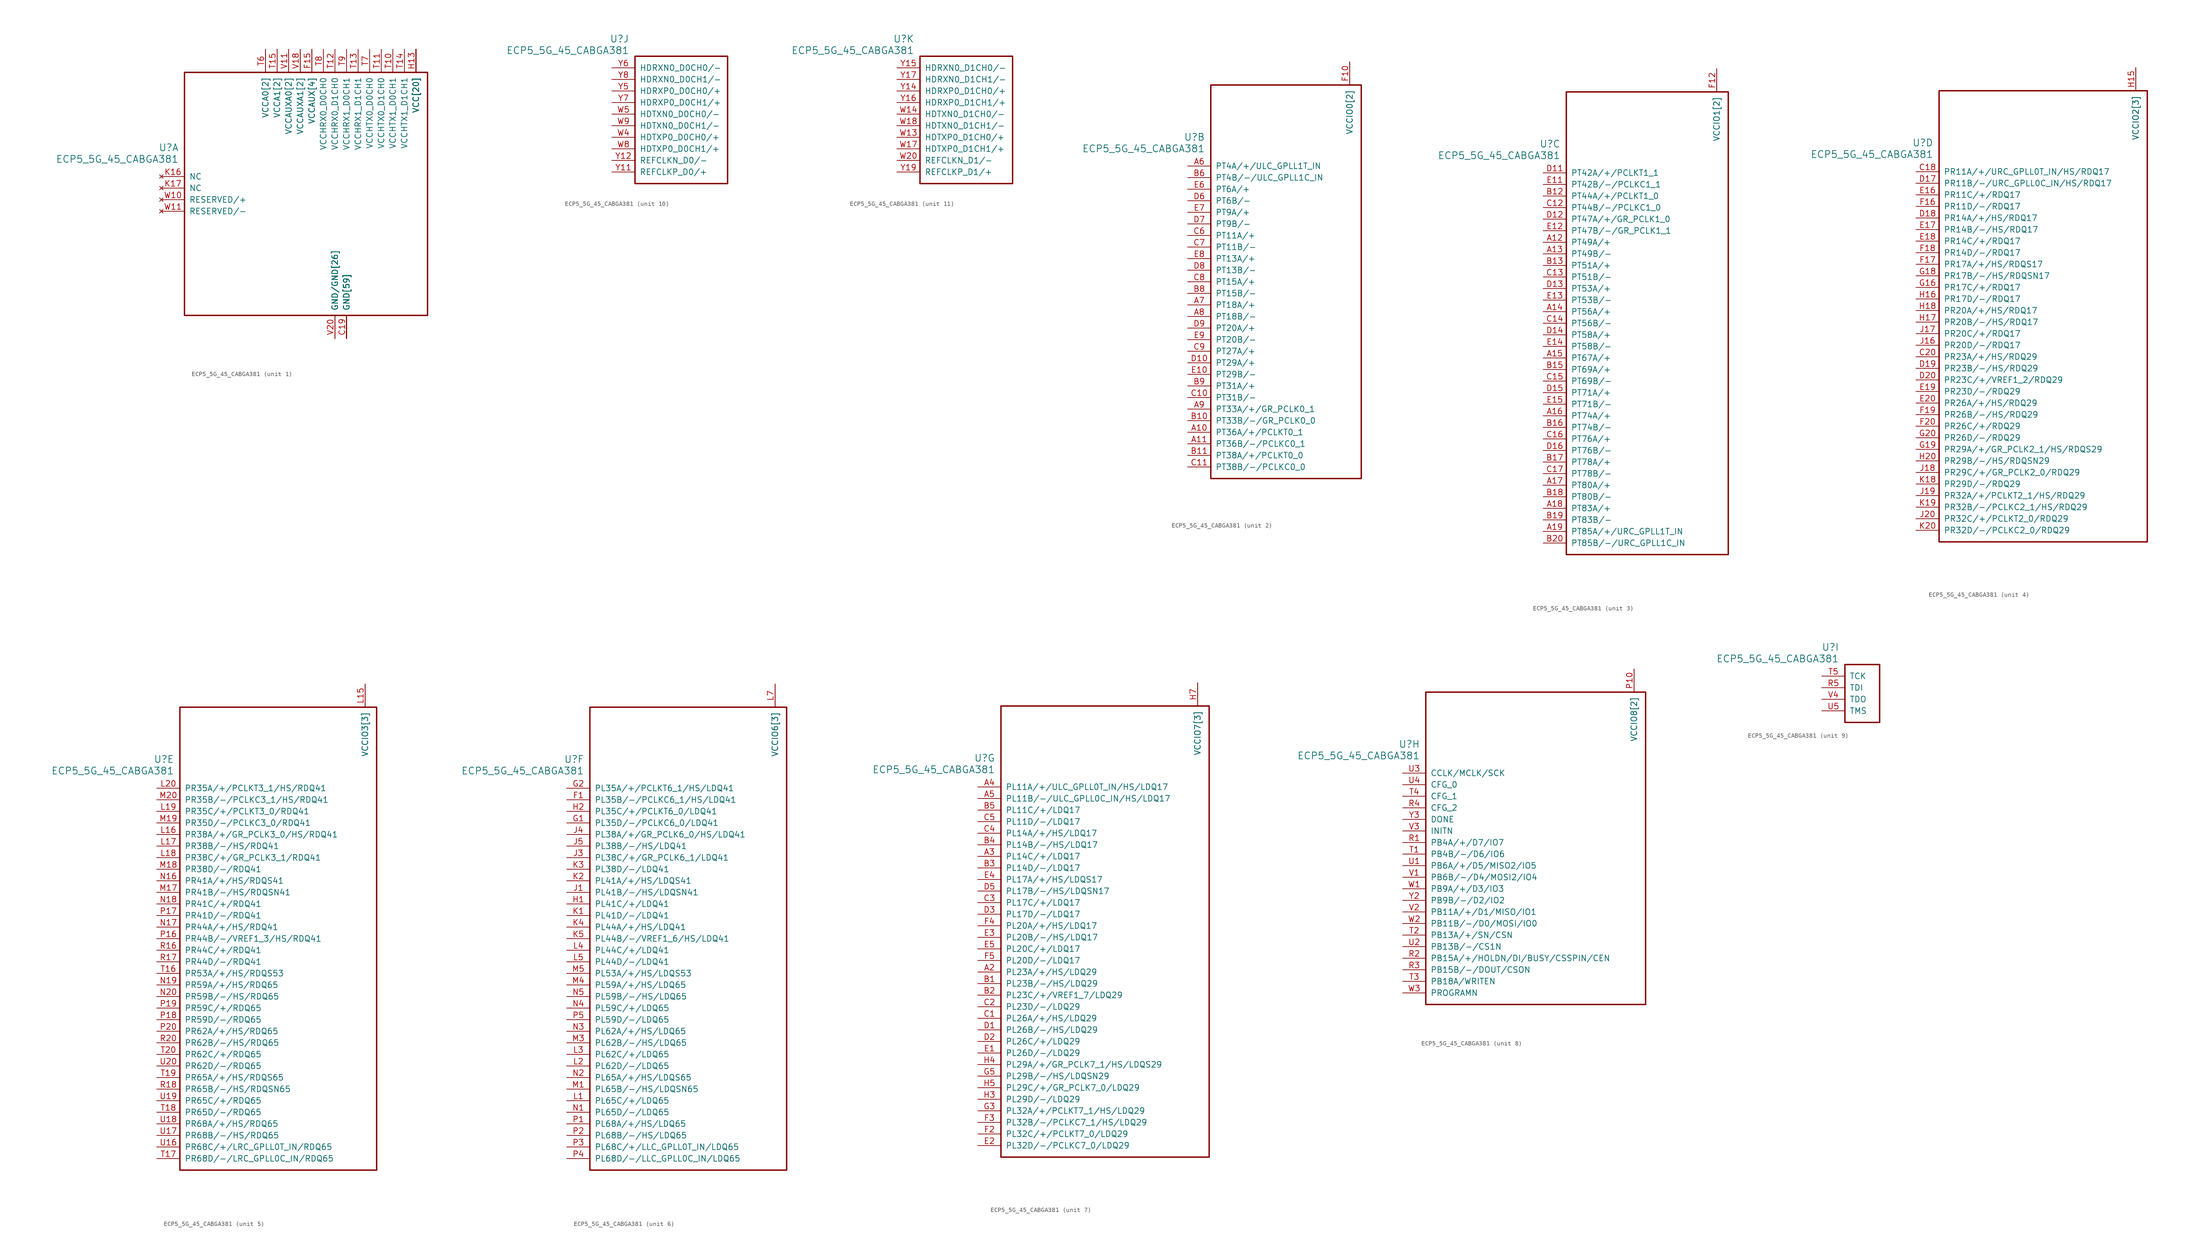
<source format=kicad_sym>
(kicad_symbol_lib
  (version 20211014)
  (generator kicad_symbol_editor)
  (symbol "ECP5_5G_45_CABGA381"
    (pin_names
      (offset 1.016))
    (property "Reference" "U"
      (at 3.81 6.35 0)
      (effects (font (size 1.524 1.524)) (justify right)))
    (property "Value" "ECP5_5G_45_CABGA381"
      (at 3.81 3.81 0)
      (effects (font (size 1.524 1.524)) (justify right)))
    (property "ki_locked" ""
      (at 0 0 0)
      (effects (font (size 1.27 1.27))))
    (symbol "ECP5_5G_45_CABGA381_1_1"
      (rectangle (start 5.08 22.86) (end 58.42 -30.48) (stroke (width 0.305) (type default) (color 0 0 0 0)) (fill (type none)))
      (pin power_in line (at 40.64 -35.56 90) (length 5.08) (name "GND[59]" (effects (font (size 1.27 1.27)))) (number "B14" (effects (font (size 0 0)))))
      (pin power_in line (at 40.64 -35.56 90) (length 5.08) (name "GND[59]" (effects (font (size 1.27 1.27)))) (number "B7" (effects (font (size 0 0)))))
      (pin power_in line (at 40.64 -35.56 90) (length 5.08) (name "GND[59]" (effects (font (size 1.27 1.27)))) (number "C19" (effects (font (size 1.27 1.27)))))
      (pin power_in line (at 40.64 -35.56 90) (length 5.08) (name "GND[59]" (effects (font (size 1.27 1.27)))) (number "D4" (effects (font (size 0 0)))))
      (pin power_in line (at 40.64 -35.56 90) (length 5.08) (name "GND[59]" (effects (font (size 1.27 1.27)))) (number "F13" (effects (font (size 0 0)))))
      (pin power_in line (at 40.64 -35.56 90) (length 5.08) (name "GND[59]" (effects (font (size 1.27 1.27)))) (number "F14" (effects (font (size 0 0)))))
      (pin power_in line (at 33.02 27.94 270) (length 5.08) (name "VCCAUX[4]" (effects (font (size 1.27 1.27)))) (number "F15" (effects (font (size 1.27 1.27)))))
      (pin power_in line (at 33.02 27.94 270) (length 5.08) (name "VCCAUX[4]" (effects (font (size 1.27 1.27)))) (number "F6" (effects (font (size 0 0)))))
      (pin power_in line (at 40.64 -35.56 90) (length 5.08) (name "GND[59]" (effects (font (size 1.27 1.27)))) (number "F7" (effects (font (size 0 0)))))
      (pin power_in line (at 40.64 -35.56 90) (length 5.08) (name "GND[59]" (effects (font (size 1.27 1.27)))) (number "F8" (effects (font (size 0 0)))))
      (pin power_in line (at 40.64 -35.56 90) (length 5.08) (name "GND[59]" (effects (font (size 1.27 1.27)))) (number "G10" (effects (font (size 0 0)))))
      (pin power_in line (at 40.64 -35.56 90) (length 5.08) (name "GND[59]" (effects (font (size 1.27 1.27)))) (number "G11" (effects (font (size 0 0)))))
      (pin power_in line (at 40.64 -35.56 90) (length 5.08) (name "GND[59]" (effects (font (size 1.27 1.27)))) (number "G12" (effects (font (size 0 0)))))
      (pin power_in line (at 40.64 -35.56 90) (length 5.08) (name "GND[59]" (effects (font (size 1.27 1.27)))) (number "G13" (effects (font (size 0 0)))))
      (pin power_in line (at 40.64 -35.56 90) (length 5.08) (name "GND[59]" (effects (font (size 1.27 1.27)))) (number "G14" (effects (font (size 0 0)))))
      (pin power_in line (at 40.64 -35.56 90) (length 5.08) (name "GND[59]" (effects (font (size 1.27 1.27)))) (number "G15" (effects (font (size 0 0)))))
      (pin power_in line (at 40.64 -35.56 90) (length 5.08) (name "GND[59]" (effects (font (size 1.27 1.27)))) (number "G17" (effects (font (size 0 0)))))
      (pin power_in line (at 40.64 -35.56 90) (length 5.08) (name "GND[59]" (effects (font (size 1.27 1.27)))) (number "G4" (effects (font (size 0 0)))))
      (pin power_in line (at 40.64 -35.56 90) (length 5.08) (name "GND[59]" (effects (font (size 1.27 1.27)))) (number "G6" (effects (font (size 0 0)))))
      (pin power_in line (at 40.64 -35.56 90) (length 5.08) (name "GND[59]" (effects (font (size 1.27 1.27)))) (number "G7" (effects (font (size 0 0)))))
      (pin power_in line (at 40.64 -35.56 90) (length 5.08) (name "GND[59]" (effects (font (size 1.27 1.27)))) (number "G8" (effects (font (size 0 0)))))
      (pin power_in line (at 40.64 -35.56 90) (length 5.08) (name "GND[59]" (effects (font (size 1.27 1.27)))) (number "G9" (effects (font (size 0 0)))))
      (pin power_in line (at 55.88 27.94 270) (length 5.08) (name "VCC[20]" (effects (font (size 1.27 1.27)))) (number "H10" (effects (font (size 0 0)))))
      (pin power_in line (at 55.88 27.94 270) (length 5.08) (name "VCC[20]" (effects (font (size 1.27 1.27)))) (number "H11" (effects (font (size 0 0)))))
      (pin power_in line (at 55.88 27.94 270) (length 5.08) (name "VCC[20]" (effects (font (size 1.27 1.27)))) (number "H12" (effects (font (size 0 0)))))
      (pin power_in line (at 55.88 27.94 270) (length 5.08) (name "VCC[20]" (effects (font (size 1.27 1.27)))) (number "H13" (effects (font (size 1.27 1.27)))))
      (pin power_in line (at 40.64 -35.56 90) (length 5.08) (name "GND[59]" (effects (font (size 1.27 1.27)))) (number "H19" (effects (font (size 0 0)))))
      (pin power_in line (at 55.88 27.94 270) (length 5.08) (name "VCC[20]" (effects (font (size 1.27 1.27)))) (number "H8" (effects (font (size 0 0)))))
      (pin power_in line (at 55.88 27.94 270) (length 5.08) (name "VCC[20]" (effects (font (size 1.27 1.27)))) (number "H9" (effects (font (size 0 0)))))
      (pin power_in line (at 40.64 -35.56 90) (length 5.08) (name "GND[59]" (effects (font (size 1.27 1.27)))) (number "J10" (effects (font (size 0 0)))))
      (pin power_in line (at 40.64 -35.56 90) (length 5.08) (name "GND[59]" (effects (font (size 1.27 1.27)))) (number "J11" (effects (font (size 0 0)))))
      (pin power_in line (at 40.64 -35.56 90) (length 5.08) (name "GND[59]" (effects (font (size 1.27 1.27)))) (number "J12" (effects (font (size 0 0)))))
      (pin power_in line (at 55.88 27.94 270) (length 5.08) (name "VCC[20]" (effects (font (size 1.27 1.27)))) (number "J13" (effects (font (size 0 0)))))
      (pin power_in line (at 40.64 -35.56 90) (length 5.08) (name "GND[59]" (effects (font (size 1.27 1.27)))) (number "J14" (effects (font (size 0 0)))))
      (pin power_in line (at 40.64 -35.56 90) (length 5.08) (name "GND[59]" (effects (font (size 1.27 1.27)))) (number "J2" (effects (font (size 0 0)))))
      (pin power_in line (at 40.64 -35.56 90) (length 5.08) (name "GND[59]" (effects (font (size 1.27 1.27)))) (number "J7" (effects (font (size 0 0)))))
      (pin power_in line (at 55.88 27.94 270) (length 5.08) (name "VCC[20]" (effects (font (size 1.27 1.27)))) (number "J8" (effects (font (size 0 0)))))
      (pin power_in line (at 40.64 -35.56 90) (length 5.08) (name "GND[59]" (effects (font (size 1.27 1.27)))) (number "J9" (effects (font (size 0 0)))))
      (pin power_in line (at 40.64 -35.56 90) (length 5.08) (name "GND[59]" (effects (font (size 1.27 1.27)))) (number "K10" (effects (font (size 0 0)))))
      (pin power_in line (at 40.64 -35.56 90) (length 5.08) (name "GND[59]" (effects (font (size 1.27 1.27)))) (number "K11" (effects (font (size 0 0)))))
      (pin power_in line (at 40.64 -35.56 90) (length 5.08) (name "GND[59]" (effects (font (size 1.27 1.27)))) (number "K12" (effects (font (size 0 0)))))
      (pin power_in line (at 55.88 27.94 270) (length 5.08) (name "VCC[20]" (effects (font (size 1.27 1.27)))) (number "K13" (effects (font (size 0 0)))))
      (pin power_in line (at 40.64 -35.56 90) (length 5.08) (name "GND[59]" (effects (font (size 1.27 1.27)))) (number "K14" (effects (font (size 0 0)))))
      (pin power_in line (at 40.64 -35.56 90) (length 5.08) (name "GND[59]" (effects (font (size 1.27 1.27)))) (number "K15" (effects (font (size 0 0)))))
      (pin no_connect line (at 0 0 0) (length 5.08) (name "NC" (effects (font (size 1.27 1.27)))) (number "K16" (effects (font (size 1.27 1.27)))))
      (pin no_connect line (at 0 -2.54 0) (length 5.08) (name "NC" (effects (font (size 1.27 1.27)))) (number "K17" (effects (font (size 1.27 1.27)))))
      (pin power_in line (at 40.64 -35.56 90) (length 5.08) (name "GND[59]" (effects (font (size 1.27 1.27)))) (number "K6" (effects (font (size 0 0)))))
      (pin power_in line (at 40.64 -35.56 90) (length 5.08) (name "GND[59]" (effects (font (size 1.27 1.27)))) (number "K7" (effects (font (size 0 0)))))
      (pin power_in line (at 55.88 27.94 270) (length 5.08) (name "VCC[20]" (effects (font (size 1.27 1.27)))) (number "K8" (effects (font (size 0 0)))))
      (pin power_in line (at 40.64 -35.56 90) (length 5.08) (name "GND[59]" (effects (font (size 1.27 1.27)))) (number "K9" (effects (font (size 0 0)))))
      (pin power_in line (at 40.64 -35.56 90) (length 5.08) (name "GND[59]" (effects (font (size 1.27 1.27)))) (number "L10" (effects (font (size 0 0)))))
      (pin power_in line (at 40.64 -35.56 90) (length 5.08) (name "GND[59]" (effects (font (size 1.27 1.27)))) (number "L11" (effects (font (size 0 0)))))
      (pin power_in line (at 40.64 -35.56 90) (length 5.08) (name "GND[59]" (effects (font (size 1.27 1.27)))) (number "L12" (effects (font (size 0 0)))))
      (pin power_in line (at 55.88 27.94 270) (length 5.08) (name "VCC[20]" (effects (font (size 1.27 1.27)))) (number "L13" (effects (font (size 0 0)))))
      (pin power_in line (at 55.88 27.94 270) (length 5.08) (name "VCC[20]" (effects (font (size 1.27 1.27)))) (number "L8" (effects (font (size 0 0)))))
      (pin power_in line (at 40.64 -35.56 90) (length 5.08) (name "GND[59]" (effects (font (size 1.27 1.27)))) (number "L9" (effects (font (size 0 0)))))
      (pin power_in line (at 40.64 -35.56 90) (length 5.08) (name "GND[59]" (effects (font (size 1.27 1.27)))) (number "M10" (effects (font (size 0 0)))))
      (pin power_in line (at 40.64 -35.56 90) (length 5.08) (name "GND[59]" (effects (font (size 1.27 1.27)))) (number "M11" (effects (font (size 0 0)))))
      (pin power_in line (at 40.64 -35.56 90) (length 5.08) (name "GND[59]" (effects (font (size 1.27 1.27)))) (number "M12" (effects (font (size 0 0)))))
      (pin power_in line (at 55.88 27.94 270) (length 5.08) (name "VCC[20]" (effects (font (size 1.27 1.27)))) (number "M13" (effects (font (size 0 0)))))
      (pin power_in line (at 40.64 -35.56 90) (length 5.08) (name "GND[59]" (effects (font (size 1.27 1.27)))) (number "M14" (effects (font (size 0 0)))))
      (pin power_in line (at 40.64 -35.56 90) (length 5.08) (name "GND[59]" (effects (font (size 1.27 1.27)))) (number "M16" (effects (font (size 0 0)))))
      (pin power_in line (at 40.64 -35.56 90) (length 5.08) (name "GND[59]" (effects (font (size 1.27 1.27)))) (number "M2" (effects (font (size 0 0)))))
      (pin power_in line (at 40.64 -35.56 90) (length 5.08) (name "GND[59]" (effects (font (size 1.27 1.27)))) (number "M7" (effects (font (size 0 0)))))
      (pin power_in line (at 55.88 27.94 270) (length 5.08) (name "VCC[20]" (effects (font (size 1.27 1.27)))) (number "M8" (effects (font (size 0 0)))))
      (pin power_in line (at 40.64 -35.56 90) (length 5.08) (name "GND[59]" (effects (font (size 1.27 1.27)))) (number "M9" (effects (font (size 0 0)))))
      (pin power_in line (at 55.88 27.94 270) (length 5.08) (name "VCC[20]" (effects (font (size 1.27 1.27)))) (number "N10" (effects (font (size 0 0)))))
      (pin power_in line (at 55.88 27.94 270) (length 5.08) (name "VCC[20]" (effects (font (size 1.27 1.27)))) (number "N11" (effects (font (size 0 0)))))
      (pin power_in line (at 55.88 27.94 270) (length 5.08) (name "VCC[20]" (effects (font (size 1.27 1.27)))) (number "N12" (effects (font (size 0 0)))))
      (pin power_in line (at 55.88 27.94 270) (length 5.08) (name "VCC[20]" (effects (font (size 1.27 1.27)))) (number "N13" (effects (font (size 0 0)))))
      (pin power_in line (at 40.64 -35.56 90) (length 5.08) (name "GND[59]" (effects (font (size 1.27 1.27)))) (number "N14" (effects (font (size 0 0)))))
      (pin power_in line (at 40.64 -35.56 90) (length 5.08) (name "GND[59]" (effects (font (size 1.27 1.27)))) (number "N15" (effects (font (size 0 0)))))
      (pin power_in line (at 40.64 -35.56 90) (length 5.08) (name "GND[59]" (effects (font (size 1.27 1.27)))) (number "N6" (effects (font (size 0 0)))))
      (pin power_in line (at 40.64 -35.56 90) (length 5.08) (name "GND[59]" (effects (font (size 1.27 1.27)))) (number "N7" (effects (font (size 0 0)))))
      (pin power_in line (at 55.88 27.94 270) (length 5.08) (name "VCC[20]" (effects (font (size 1.27 1.27)))) (number "N8" (effects (font (size 0 0)))))
      (pin power_in line (at 55.88 27.94 270) (length 5.08) (name "VCC[20]" (effects (font (size 1.27 1.27)))) (number "N9" (effects (font (size 0 0)))))
      (pin power_in line (at 40.64 -35.56 90) (length 5.08) (name "GND[59]" (effects (font (size 1.27 1.27)))) (number "P11" (effects (font (size 0 0)))))
      (pin power_in line (at 40.64 -35.56 90) (length 5.08) (name "GND[59]" (effects (font (size 1.27 1.27)))) (number "P12" (effects (font (size 0 0)))))
      (pin power_in line (at 40.64 -35.56 90) (length 5.08) (name "GND[59]" (effects (font (size 1.27 1.27)))) (number "P13" (effects (font (size 0 0)))))
      (pin power_in line (at 40.64 -35.56 90) (length 5.08) (name "GND[59]" (effects (font (size 1.27 1.27)))) (number "P14" (effects (font (size 0 0)))))
      (pin power_in line (at 33.02 27.94 270) (length 5.08) (name "VCCAUX[4]" (effects (font (size 1.27 1.27)))) (number "P15" (effects (font (size 0 0)))))
      (pin power_in line (at 33.02 27.94 270) (length 5.08) (name "VCCAUX[4]" (effects (font (size 1.27 1.27)))) (number "P6" (effects (font (size 0 0)))))
      (pin power_in line (at 40.64 -35.56 90) (length 5.08) (name "GND[59]" (effects (font (size 1.27 1.27)))) (number "P7" (effects (font (size 0 0)))))
      (pin power_in line (at 40.64 -35.56 90) (length 5.08) (name "GND[59]" (effects (font (size 1.27 1.27)))) (number "P8" (effects (font (size 0 0)))))
      (pin power_in line (at 40.64 -35.56 90) (length 5.08) (name "GND[59]" (effects (font (size 1.27 1.27)))) (number "R19" (effects (font (size 0 0)))))
      (pin power_in line (at 50.8 27.94 270) (length 5.08) (name "VCCHTX1_D0CH1" (effects (font (size 1.27 1.27)))) (number "T10" (effects (font (size 1.27 1.27)))))
      (pin power_in line (at 48.26 27.94 270) (length 5.08) (name "VCCHTX0_D1CH0" (effects (font (size 1.27 1.27)))) (number "T11" (effects (font (size 1.27 1.27)))))
      (pin power_in line (at 38.1 27.94 270) (length 5.08) (name "VCCHRX0_D1CH0" (effects (font (size 1.27 1.27)))) (number "T12" (effects (font (size 1.27 1.27)))))
      (pin power_in line (at 43.18 27.94 270) (length 5.08) (name "VCCHRX1_D1CH1" (effects (font (size 1.27 1.27)))) (number "T13" (effects (font (size 1.27 1.27)))))
      (pin power_in line (at 53.34 27.94 270) (length 5.08) (name "VCCHTX1_D1CH1" (effects (font (size 1.27 1.27)))) (number "T14" (effects (font (size 1.27 1.27)))))
      (pin power_in line (at 25.4 27.94 270) (length 5.08) (name "VCCA1[2]" (effects (font (size 1.27 1.27)))) (number "T15" (effects (font (size 1.27 1.27)))))
      (pin power_in line (at 22.86 27.94 270) (length 5.08) (name "VCCA0[2]" (effects (font (size 1.27 1.27)))) (number "T6" (effects (font (size 1.27 1.27)))))
      (pin power_in line (at 45.72 27.94 270) (length 5.08) (name "VCCHTX0_D0CH0" (effects (font (size 1.27 1.27)))) (number "T7" (effects (font (size 1.27 1.27)))))
      (pin power_in line (at 35.56 27.94 270) (length 5.08) (name "VCCHRX0_D0CH0" (effects (font (size 1.27 1.27)))) (number "T8" (effects (font (size 1.27 1.27)))))
      (pin power_in line (at 40.64 27.94 270) (length 5.08) (name "VCCHRX1_D0CH1" (effects (font (size 1.27 1.27)))) (number "T9" (effects (font (size 1.27 1.27)))))
      (pin power_in line (at 38.1 -35.56 90) (length 5.08) (name "GND/GND[26]" (effects (font (size 1.27 1.27)))) (number "U10" (effects (font (size 0 0)))))
      (pin power_in line (at 38.1 -35.56 90) (length 5.08) (name "GND/GND[26]" (effects (font (size 1.27 1.27)))) (number "U11" (effects (font (size 0 0)))))
      (pin power_in line (at 38.1 -35.56 90) (length 5.08) (name "GND/GND[26]" (effects (font (size 1.27 1.27)))) (number "U12" (effects (font (size 0 0)))))
      (pin power_in line (at 38.1 -35.56 90) (length 5.08) (name "GND/GND[26]" (effects (font (size 1.27 1.27)))) (number "U13" (effects (font (size 0 0)))))
      (pin power_in line (at 38.1 -35.56 90) (length 5.08) (name "GND/GND[26]" (effects (font (size 1.27 1.27)))) (number "U14" (effects (font (size 0 0)))))
      (pin power_in line (at 25.4 27.94 270) (length 5.08) (name "VCCA1[2]" (effects (font (size 1.27 1.27)))) (number "U15" (effects (font (size 0 0)))))
      (pin power_in line (at 22.86 27.94 270) (length 5.08) (name "VCCA0[2]" (effects (font (size 1.27 1.27)))) (number "U6" (effects (font (size 0 0)))))
      (pin power_in line (at 38.1 -35.56 90) (length 5.08) (name "GND/GND[26]" (effects (font (size 1.27 1.27)))) (number "U7" (effects (font (size 0 0)))))
      (pin power_in line (at 38.1 -35.56 90) (length 5.08) (name "GND/GND[26]" (effects (font (size 1.27 1.27)))) (number "U8" (effects (font (size 0 0)))))
      (pin power_in line (at 38.1 -35.56 90) (length 5.08) (name "GND/GND[26]" (effects (font (size 1.27 1.27)))) (number "U9" (effects (font (size 0 0)))))
      (pin power_in line (at 27.94 27.94 270) (length 5.08) (name "VCCAUXA0[2]" (effects (font (size 1.27 1.27)))) (number "V10" (effects (font (size 0 0)))))
      (pin power_in line (at 27.94 27.94 270) (length 5.08) (name "VCCAUXA0[2]" (effects (font (size 1.27 1.27)))) (number "V11" (effects (font (size 1.27 1.27)))))
      (pin power_in line (at 38.1 -35.56 90) (length 5.08) (name "GND/GND[26]" (effects (font (size 1.27 1.27)))) (number "V12" (effects (font (size 0 0)))))
      (pin power_in line (at 38.1 -35.56 90) (length 5.08) (name "GND/GND[26]" (effects (font (size 1.27 1.27)))) (number "V13" (effects (font (size 0 0)))))
      (pin power_in line (at 38.1 -35.56 90) (length 5.08) (name "GND/GND[26]" (effects (font (size 1.27 1.27)))) (number "V14" (effects (font (size 0 0)))))
      (pin power_in line (at 38.1 -35.56 90) (length 5.08) (name "GND/GND[26]" (effects (font (size 1.27 1.27)))) (number "V15" (effects (font (size 0 0)))))
      (pin power_in line (at 38.1 -35.56 90) (length 5.08) (name "GND/GND[26]" (effects (font (size 1.27 1.27)))) (number "V16" (effects (font (size 0 0)))))
      (pin power_in line (at 30.48 27.94 270) (length 5.08) (name "VCCAUXA1[2]" (effects (font (size 1.27 1.27)))) (number "V17" (effects (font (size 0 0)))))
      (pin power_in line (at 30.48 27.94 270) (length 5.08) (name "VCCAUXA1[2]" (effects (font (size 1.27 1.27)))) (number "V18" (effects (font (size 1.27 1.27)))))
      (pin power_in line (at 38.1 -35.56 90) (length 5.08) (name "GND/GND[26]" (effects (font (size 1.27 1.27)))) (number "V19" (effects (font (size 0 0)))))
      (pin power_in line (at 38.1 -35.56 90) (length 5.08) (name "GND/GND[26]" (effects (font (size 1.27 1.27)))) (number "V20" (effects (font (size 1.27 1.27)))))
      (pin power_in line (at 38.1 -35.56 90) (length 5.08) (name "GND/GND[26]" (effects (font (size 1.27 1.27)))) (number "V5" (effects (font (size 0 0)))))
      (pin power_in line (at 38.1 -35.56 90) (length 5.08) (name "GND/GND[26]" (effects (font (size 1.27 1.27)))) (number "V6" (effects (font (size 0 0)))))
      (pin power_in line (at 38.1 -35.56 90) (length 5.08) (name "GND/GND[26]" (effects (font (size 1.27 1.27)))) (number "V7" (effects (font (size 0 0)))))
      (pin power_in line (at 38.1 -35.56 90) (length 5.08) (name "GND/GND[26]" (effects (font (size 1.27 1.27)))) (number "V8" (effects (font (size 0 0)))))
      (pin power_in line (at 38.1 -35.56 90) (length 5.08) (name "GND/GND[26]" (effects (font (size 1.27 1.27)))) (number "V9" (effects (font (size 0 0)))))
      (pin no_connect line (at 0 -5.08 0) (length 5.08) (name "RESERVED/+" (effects (font (size 1.27 1.27)))) (number "W10" (effects (font (size 1.27 1.27)))))
      (pin no_connect line (at 0 -7.62 0) (length 5.08) (name "RESERVED/-" (effects (font (size 1.27 1.27)))) (number "W11" (effects (font (size 1.27 1.27)))))
      (pin power_in line (at 38.1 -35.56 90) (length 5.08) (name "GND/GND[26]" (effects (font (size 1.27 1.27)))) (number "W12" (effects (font (size 0 0)))))
      (pin power_in line (at 38.1 -35.56 90) (length 5.08) (name "GND/GND[26]" (effects (font (size 1.27 1.27)))) (number "W15" (effects (font (size 0 0)))))
      (pin power_in line (at 38.1 -35.56 90) (length 5.08) (name "GND/GND[26]" (effects (font (size 1.27 1.27)))) (number "W16" (effects (font (size 0 0)))))
      (pin power_in line (at 38.1 -35.56 90) (length 5.08) (name "GND/GND[26]" (effects (font (size 1.27 1.27)))) (number "W19" (effects (font (size 0 0)))))
      (pin power_in line (at 38.1 -35.56 90) (length 5.08) (name "GND/GND[26]" (effects (font (size 1.27 1.27)))) (number "W6" (effects (font (size 0 0)))))
      (pin power_in line (at 38.1 -35.56 90) (length 5.08) (name "GND/GND[26]" (effects (font (size 1.27 1.27)))) (number "W7" (effects (font (size 0 0))))))
    (symbol "ECP5_5G_45_CABGA381_2_1"
      (rectangle (start 5.08 17.78) (end 38.1 -68.58) (stroke (width 0.305) (type default) (color 0 0 0 0)) (fill (type none)))
      (pin bidirectional line (at 0 -58.42 0) (length 5.08) (name "PT36A/+/PCLKT0_1" (effects (font (size 1.27 1.27)))) (number "A10" (effects (font (size 1.27 1.27)))))
      (pin bidirectional line (at 0 -60.96 0) (length 5.08) (name "PT36B/-/PCLKC0_1" (effects (font (size 1.27 1.27)))) (number "A11" (effects (font (size 1.27 1.27)))))
      (pin bidirectional line (at 0 0 0) (length 5.08) (name "PT4A/+/ULC_GPLL1T_IN" (effects (font (size 1.27 1.27)))) (number "A6" (effects (font (size 1.27 1.27)))))
      (pin bidirectional line (at 0 -30.48 0) (length 5.08) (name "PT18A/+" (effects (font (size 1.27 1.27)))) (number "A7" (effects (font (size 1.27 1.27)))))
      (pin bidirectional line (at 0 -33.02 0) (length 5.08) (name "PT18B/-" (effects (font (size 1.27 1.27)))) (number "A8" (effects (font (size 1.27 1.27)))))
      (pin bidirectional line (at 0 -53.34 0) (length 5.08) (name "PT33A/+/GR_PCLK0_1" (effects (font (size 1.27 1.27)))) (number "A9" (effects (font (size 1.27 1.27)))))
      (pin bidirectional line (at 0 -55.88 0) (length 5.08) (name "PT33B/-/GR_PCLK0_0" (effects (font (size 1.27 1.27)))) (number "B10" (effects (font (size 1.27 1.27)))))
      (pin bidirectional line (at 0 -63.5 0) (length 5.08) (name "PT38A/+/PCLKT0_0" (effects (font (size 1.27 1.27)))) (number "B11" (effects (font (size 1.27 1.27)))))
      (pin bidirectional line (at 0 -2.54 0) (length 5.08) (name "PT4B/-/ULC_GPLL1C_IN" (effects (font (size 1.27 1.27)))) (number "B6" (effects (font (size 1.27 1.27)))))
      (pin bidirectional line (at 0 -27.94 0) (length 5.08) (name "PT15B/-" (effects (font (size 1.27 1.27)))) (number "B8" (effects (font (size 1.27 1.27)))))
      (pin bidirectional line (at 0 -48.26 0) (length 5.08) (name "PT31A/+" (effects (font (size 1.27 1.27)))) (number "B9" (effects (font (size 1.27 1.27)))))
      (pin bidirectional line (at 0 -50.8 0) (length 5.08) (name "PT31B/-" (effects (font (size 1.27 1.27)))) (number "C10" (effects (font (size 1.27 1.27)))))
      (pin bidirectional line (at 0 -66.04 0) (length 5.08) (name "PT38B/-/PCLKC0_0" (effects (font (size 1.27 1.27)))) (number "C11" (effects (font (size 1.27 1.27)))))
      (pin bidirectional line (at 0 -15.24 0) (length 5.08) (name "PT11A/+" (effects (font (size 1.27 1.27)))) (number "C6" (effects (font (size 1.27 1.27)))))
      (pin bidirectional line (at 0 -17.78 0) (length 5.08) (name "PT11B/-" (effects (font (size 1.27 1.27)))) (number "C7" (effects (font (size 1.27 1.27)))))
      (pin bidirectional line (at 0 -25.4 0) (length 5.08) (name "PT15A/+" (effects (font (size 1.27 1.27)))) (number "C8" (effects (font (size 1.27 1.27)))))
      (pin bidirectional line (at 0 -40.64 0) (length 5.08) (name "PT27A/+" (effects (font (size 1.27 1.27)))) (number "C9" (effects (font (size 1.27 1.27)))))
      (pin bidirectional line (at 0 -43.18 0) (length 5.08) (name "PT29A/+" (effects (font (size 1.27 1.27)))) (number "D10" (effects (font (size 1.27 1.27)))))
      (pin bidirectional line (at 0 -7.62 0) (length 5.08) (name "PT6B/-" (effects (font (size 1.27 1.27)))) (number "D6" (effects (font (size 1.27 1.27)))))
      (pin bidirectional line (at 0 -12.7 0) (length 5.08) (name "PT9B/-" (effects (font (size 1.27 1.27)))) (number "D7" (effects (font (size 1.27 1.27)))))
      (pin bidirectional line (at 0 -22.86 0) (length 5.08) (name "PT13B/-" (effects (font (size 1.27 1.27)))) (number "D8" (effects (font (size 1.27 1.27)))))
      (pin bidirectional line (at 0 -35.56 0) (length 5.08) (name "PT20A/+" (effects (font (size 1.27 1.27)))) (number "D9" (effects (font (size 1.27 1.27)))))
      (pin bidirectional line (at 0 -45.72 0) (length 5.08) (name "PT29B/-" (effects (font (size 1.27 1.27)))) (number "E10" (effects (font (size 1.27 1.27)))))
      (pin bidirectional line (at 0 -5.08 0) (length 5.08) (name "PT6A/+" (effects (font (size 1.27 1.27)))) (number "E6" (effects (font (size 1.27 1.27)))))
      (pin bidirectional line (at 0 -10.16 0) (length 5.08) (name "PT9A/+" (effects (font (size 1.27 1.27)))) (number "E7" (effects (font (size 1.27 1.27)))))
      (pin bidirectional line (at 0 -20.32 0) (length 5.08) (name "PT13A/+" (effects (font (size 1.27 1.27)))) (number "E8" (effects (font (size 1.27 1.27)))))
      (pin bidirectional line (at 0 -38.1 0) (length 5.08) (name "PT20B/-" (effects (font (size 1.27 1.27)))) (number "E9" (effects (font (size 1.27 1.27)))))
      (pin power_in line (at 35.56 22.86 270) (length 5.08) (name "VCCIO0[2]" (effects (font (size 1.27 1.27)))) (number "F10" (effects (font (size 1.27 1.27)))))
      (pin power_in line (at 35.56 22.86 270) (length 5.08) (name "VCCIO0[2]" (effects (font (size 1.27 1.27)))) (number "F9" (effects (font (size 0 0))))))
    (symbol "ECP5_5G_45_CABGA381_3_1"
      (rectangle (start 5.08 17.78) (end 40.64 -83.82) (stroke (width 0.305) (type default) (color 0 0 0 0)) (fill (type none)))
      (pin bidirectional line (at 0 -15.24 0) (length 5.08) (name "PT49A/+" (effects (font (size 1.27 1.27)))) (number "A12" (effects (font (size 1.27 1.27)))))
      (pin bidirectional line (at 0 -17.78 0) (length 5.08) (name "PT49B/-" (effects (font (size 1.27 1.27)))) (number "A13" (effects (font (size 1.27 1.27)))))
      (pin bidirectional line (at 0 -30.48 0) (length 5.08) (name "PT56A/+" (effects (font (size 1.27 1.27)))) (number "A14" (effects (font (size 1.27 1.27)))))
      (pin bidirectional line (at 0 -40.64 0) (length 5.08) (name "PT67A/+" (effects (font (size 1.27 1.27)))) (number "A15" (effects (font (size 1.27 1.27)))))
      (pin bidirectional line (at 0 -53.34 0) (length 5.08) (name "PT74A/+" (effects (font (size 1.27 1.27)))) (number "A16" (effects (font (size 1.27 1.27)))))
      (pin bidirectional line (at 0 -68.58 0) (length 5.08) (name "PT80A/+" (effects (font (size 1.27 1.27)))) (number "A17" (effects (font (size 1.27 1.27)))))
      (pin bidirectional line (at 0 -73.66 0) (length 5.08) (name "PT83A/+" (effects (font (size 1.27 1.27)))) (number "A18" (effects (font (size 1.27 1.27)))))
      (pin bidirectional line (at 0 -78.74 0) (length 5.08) (name "PT85A/+/URC_GPLL1T_IN" (effects (font (size 1.27 1.27)))) (number "A19" (effects (font (size 1.27 1.27)))))
      (pin bidirectional line (at 0 -5.08 0) (length 5.08) (name "PT44A/+/PCLKT1_0" (effects (font (size 1.27 1.27)))) (number "B12" (effects (font (size 1.27 1.27)))))
      (pin bidirectional line (at 0 -20.32 0) (length 5.08) (name "PT51A/+" (effects (font (size 1.27 1.27)))) (number "B13" (effects (font (size 1.27 1.27)))))
      (pin bidirectional line (at 0 -43.18 0) (length 5.08) (name "PT69A/+" (effects (font (size 1.27 1.27)))) (number "B15" (effects (font (size 1.27 1.27)))))
      (pin bidirectional line (at 0 -55.88 0) (length 5.08) (name "PT74B/-" (effects (font (size 1.27 1.27)))) (number "B16" (effects (font (size 1.27 1.27)))))
      (pin bidirectional line (at 0 -63.5 0) (length 5.08) (name "PT78A/+" (effects (font (size 1.27 1.27)))) (number "B17" (effects (font (size 1.27 1.27)))))
      (pin bidirectional line (at 0 -71.12 0) (length 5.08) (name "PT80B/-" (effects (font (size 1.27 1.27)))) (number "B18" (effects (font (size 1.27 1.27)))))
      (pin bidirectional line (at 0 -76.2 0) (length 5.08) (name "PT83B/-" (effects (font (size 1.27 1.27)))) (number "B19" (effects (font (size 1.27 1.27)))))
      (pin bidirectional line (at 0 -81.28 0) (length 5.08) (name "PT85B/-/URC_GPLL1C_IN" (effects (font (size 1.27 1.27)))) (number "B20" (effects (font (size 1.27 1.27)))))
      (pin bidirectional line (at 0 -7.62 0) (length 5.08) (name "PT44B/-/PCLKC1_0" (effects (font (size 1.27 1.27)))) (number "C12" (effects (font (size 1.27 1.27)))))
      (pin bidirectional line (at 0 -22.86 0) (length 5.08) (name "PT51B/-" (effects (font (size 1.27 1.27)))) (number "C13" (effects (font (size 1.27 1.27)))))
      (pin bidirectional line (at 0 -33.02 0) (length 5.08) (name "PT56B/-" (effects (font (size 1.27 1.27)))) (number "C14" (effects (font (size 1.27 1.27)))))
      (pin bidirectional line (at 0 -45.72 0) (length 5.08) (name "PT69B/-" (effects (font (size 1.27 1.27)))) (number "C15" (effects (font (size 1.27 1.27)))))
      (pin bidirectional line (at 0 -58.42 0) (length 5.08) (name "PT76A/+" (effects (font (size 1.27 1.27)))) (number "C16" (effects (font (size 1.27 1.27)))))
      (pin bidirectional line (at 0 -66.04 0) (length 5.08) (name "PT78B/-" (effects (font (size 1.27 1.27)))) (number "C17" (effects (font (size 1.27 1.27)))))
      (pin bidirectional line (at 0 0 0) (length 5.08) (name "PT42A/+/PCLKT1_1" (effects (font (size 1.27 1.27)))) (number "D11" (effects (font (size 1.27 1.27)))))
      (pin bidirectional line (at 0 -10.16 0) (length 5.08) (name "PT47A/+/GR_PCLK1_0" (effects (font (size 1.27 1.27)))) (number "D12" (effects (font (size 1.27 1.27)))))
      (pin bidirectional line (at 0 -25.4 0) (length 5.08) (name "PT53A/+" (effects (font (size 1.27 1.27)))) (number "D13" (effects (font (size 1.27 1.27)))))
      (pin bidirectional line (at 0 -35.56 0) (length 5.08) (name "PT58A/+" (effects (font (size 1.27 1.27)))) (number "D14" (effects (font (size 1.27 1.27)))))
      (pin bidirectional line (at 0 -48.26 0) (length 5.08) (name "PT71A/+" (effects (font (size 1.27 1.27)))) (number "D15" (effects (font (size 1.27 1.27)))))
      (pin bidirectional line (at 0 -60.96 0) (length 5.08) (name "PT76B/-" (effects (font (size 1.27 1.27)))) (number "D16" (effects (font (size 1.27 1.27)))))
      (pin bidirectional line (at 0 -2.54 0) (length 5.08) (name "PT42B/-/PCLKC1_1" (effects (font (size 1.27 1.27)))) (number "E11" (effects (font (size 1.27 1.27)))))
      (pin bidirectional line (at 0 -12.7 0) (length 5.08) (name "PT47B/-/GR_PCLK1_1" (effects (font (size 1.27 1.27)))) (number "E12" (effects (font (size 1.27 1.27)))))
      (pin bidirectional line (at 0 -27.94 0) (length 5.08) (name "PT53B/-" (effects (font (size 1.27 1.27)))) (number "E13" (effects (font (size 1.27 1.27)))))
      (pin bidirectional line (at 0 -38.1 0) (length 5.08) (name "PT58B/-" (effects (font (size 1.27 1.27)))) (number "E14" (effects (font (size 1.27 1.27)))))
      (pin bidirectional line (at 0 -50.8 0) (length 5.08) (name "PT71B/-" (effects (font (size 1.27 1.27)))) (number "E15" (effects (font (size 1.27 1.27)))))
      (pin power_in line (at 38.1 22.86 270) (length 5.08) (name "VCCIO1[2]" (effects (font (size 1.27 1.27)))) (number "F11" (effects (font (size 0 0)))))
      (pin power_in line (at 38.1 22.86 270) (length 5.08) (name "VCCIO1[2]" (effects (font (size 1.27 1.27)))) (number "F12" (effects (font (size 1.27 1.27))))))
    (symbol "ECP5_5G_45_CABGA381_4_1"
      (rectangle (start 5.08 17.78) (end 50.8 -81.28) (stroke (width 0.305) (type default) (color 0 0 0 0)) (fill (type none)))
      (pin bidirectional line (at 0 0 0) (length 5.08) (name "PR11A/+/URC_GPLL0T_IN/HS/RDQ17" (effects (font (size 1.27 1.27)))) (number "C18" (effects (font (size 1.27 1.27)))))
      (pin bidirectional line (at 0 -40.64 0) (length 5.08) (name "PR23A/+/HS/RDQ29" (effects (font (size 1.27 1.27)))) (number "C20" (effects (font (size 1.27 1.27)))))
      (pin bidirectional line (at 0 -2.54 0) (length 5.08) (name "PR11B/-/URC_GPLL0C_IN/HS/RDQ17" (effects (font (size 1.27 1.27)))) (number "D17" (effects (font (size 1.27 1.27)))))
      (pin bidirectional line (at 0 -10.16 0) (length 5.08) (name "PR14A/+/HS/RDQ17" (effects (font (size 1.27 1.27)))) (number "D18" (effects (font (size 1.27 1.27)))))
      (pin bidirectional line (at 0 -43.18 0) (length 5.08) (name "PR23B/-/HS/RDQ29" (effects (font (size 1.27 1.27)))) (number "D19" (effects (font (size 1.27 1.27)))))
      (pin bidirectional line (at 0 -45.72 0) (length 5.08) (name "PR23C/+/VREF1_2/RDQ29" (effects (font (size 1.27 1.27)))) (number "D20" (effects (font (size 1.27 1.27)))))
      (pin bidirectional line (at 0 -5.08 0) (length 5.08) (name "PR11C/+/RDQ17" (effects (font (size 1.27 1.27)))) (number "E16" (effects (font (size 1.27 1.27)))))
      (pin bidirectional line (at 0 -12.7 0) (length 5.08) (name "PR14B/-/HS/RDQ17" (effects (font (size 1.27 1.27)))) (number "E17" (effects (font (size 1.27 1.27)))))
      (pin bidirectional line (at 0 -15.24 0) (length 5.08) (name "PR14C/+/RDQ17" (effects (font (size 1.27 1.27)))) (number "E18" (effects (font (size 1.27 1.27)))))
      (pin bidirectional line (at 0 -48.26 0) (length 5.08) (name "PR23D/-/RDQ29" (effects (font (size 1.27 1.27)))) (number "E19" (effects (font (size 1.27 1.27)))))
      (pin bidirectional line (at 0 -50.8 0) (length 5.08) (name "PR26A/+/HS/RDQ29" (effects (font (size 1.27 1.27)))) (number "E20" (effects (font (size 1.27 1.27)))))
      (pin bidirectional line (at 0 -7.62 0) (length 5.08) (name "PR11D/-/RDQ17" (effects (font (size 1.27 1.27)))) (number "F16" (effects (font (size 1.27 1.27)))))
      (pin bidirectional line (at 0 -20.32 0) (length 5.08) (name "PR17A/+/HS/RDQS17" (effects (font (size 1.27 1.27)))) (number "F17" (effects (font (size 1.27 1.27)))))
      (pin bidirectional line (at 0 -17.78 0) (length 5.08) (name "PR14D/-/RDQ17" (effects (font (size 1.27 1.27)))) (number "F18" (effects (font (size 1.27 1.27)))))
      (pin bidirectional line (at 0 -53.34 0) (length 5.08) (name "PR26B/-/HS/RDQ29" (effects (font (size 1.27 1.27)))) (number "F19" (effects (font (size 1.27 1.27)))))
      (pin bidirectional line (at 0 -55.88 0) (length 5.08) (name "PR26C/+/RDQ29" (effects (font (size 1.27 1.27)))) (number "F20" (effects (font (size 1.27 1.27)))))
      (pin bidirectional line (at 0 -25.4 0) (length 5.08) (name "PR17C/+/RDQ17" (effects (font (size 1.27 1.27)))) (number "G16" (effects (font (size 1.27 1.27)))))
      (pin bidirectional line (at 0 -22.86 0) (length 5.08) (name "PR17B/-/HS/RDQSN17" (effects (font (size 1.27 1.27)))) (number "G18" (effects (font (size 1.27 1.27)))))
      (pin bidirectional line (at 0 -60.96 0) (length 5.08) (name "PR29A/+/GR_PCLK2_1/HS/RDQS29" (effects (font (size 1.27 1.27)))) (number "G19" (effects (font (size 1.27 1.27)))))
      (pin bidirectional line (at 0 -58.42 0) (length 5.08) (name "PR26D/-/RDQ29" (effects (font (size 1.27 1.27)))) (number "G20" (effects (font (size 1.27 1.27)))))
      (pin power_in line (at 48.26 22.86 270) (length 5.08) (name "VCCIO2[3]" (effects (font (size 1.27 1.27)))) (number "H14" (effects (font (size 0 0)))))
      (pin power_in line (at 48.26 22.86 270) (length 5.08) (name "VCCIO2[3]" (effects (font (size 1.27 1.27)))) (number "H15" (effects (font (size 1.27 1.27)))))
      (pin bidirectional line (at 0 -27.94 0) (length 5.08) (name "PR17D/-/RDQ17" (effects (font (size 1.27 1.27)))) (number "H16" (effects (font (size 1.27 1.27)))))
      (pin bidirectional line (at 0 -33.02 0) (length 5.08) (name "PR20B/-/HS/RDQ17" (effects (font (size 1.27 1.27)))) (number "H17" (effects (font (size 1.27 1.27)))))
      (pin bidirectional line (at 0 -30.48 0) (length 5.08) (name "PR20A/+/HS/RDQ17" (effects (font (size 1.27 1.27)))) (number "H18" (effects (font (size 1.27 1.27)))))
      (pin bidirectional line (at 0 -63.5 0) (length 5.08) (name "PR29B/-/HS/RDQSN29" (effects (font (size 1.27 1.27)))) (number "H20" (effects (font (size 1.27 1.27)))))
      (pin power_in line (at 48.26 22.86 270) (length 5.08) (name "VCCIO2[3]" (effects (font (size 1.27 1.27)))) (number "J15" (effects (font (size 0 0)))))
      (pin bidirectional line (at 0 -38.1 0) (length 5.08) (name "PR20D/-/RDQ17" (effects (font (size 1.27 1.27)))) (number "J16" (effects (font (size 1.27 1.27)))))
      (pin bidirectional line (at 0 -35.56 0) (length 5.08) (name "PR20C/+/RDQ17" (effects (font (size 1.27 1.27)))) (number "J17" (effects (font (size 1.27 1.27)))))
      (pin bidirectional line (at 0 -66.04 0) (length 5.08) (name "PR29C/+/GR_PCLK2_0/RDQ29" (effects (font (size 1.27 1.27)))) (number "J18" (effects (font (size 1.27 1.27)))))
      (pin bidirectional line (at 0 -71.12 0) (length 5.08) (name "PR32A/+/PCLKT2_1/HS/RDQ29" (effects (font (size 1.27 1.27)))) (number "J19" (effects (font (size 1.27 1.27)))))
      (pin bidirectional line (at 0 -76.2 0) (length 5.08) (name "PR32C/+/PCLKT2_0/RDQ29" (effects (font (size 1.27 1.27)))) (number "J20" (effects (font (size 1.27 1.27)))))
      (pin bidirectional line (at 0 -68.58 0) (length 5.08) (name "PR29D/-/RDQ29" (effects (font (size 1.27 1.27)))) (number "K18" (effects (font (size 1.27 1.27)))))
      (pin bidirectional line (at 0 -73.66 0) (length 5.08) (name "PR32B/-/PCLKC2_1/HS/RDQ29" (effects (font (size 1.27 1.27)))) (number "K19" (effects (font (size 1.27 1.27)))))
      (pin bidirectional line (at 0 -78.74 0) (length 5.08) (name "PR32D/-/PCLKC2_0/RDQ29" (effects (font (size 1.27 1.27)))) (number "K20" (effects (font (size 1.27 1.27))))))
    (symbol "ECP5_5G_45_CABGA381_5_1"
      (rectangle (start 5.08 17.78) (end 48.26 -83.82) (stroke (width 0.305) (type default) (color 0 0 0 0)) (fill (type none)))
      (pin power_in line (at 45.72 22.86 270) (length 5.08) (name "VCCIO3[3]" (effects (font (size 1.27 1.27)))) (number "L14" (effects (font (size 0 0)))))
      (pin power_in line (at 45.72 22.86 270) (length 5.08) (name "VCCIO3[3]" (effects (font (size 1.27 1.27)))) (number "L15" (effects (font (size 1.27 1.27)))))
      (pin bidirectional line (at 0 -10.16 0) (length 5.08) (name "PR38A/+/GR_PCLK3_0/HS/RDQ41" (effects (font (size 1.27 1.27)))) (number "L16" (effects (font (size 1.27 1.27)))))
      (pin bidirectional line (at 0 -12.7 0) (length 5.08) (name "PR38B/-/HS/RDQ41" (effects (font (size 1.27 1.27)))) (number "L17" (effects (font (size 1.27 1.27)))))
      (pin bidirectional line (at 0 -15.24 0) (length 5.08) (name "PR38C/+/GR_PCLK3_1/RDQ41" (effects (font (size 1.27 1.27)))) (number "L18" (effects (font (size 1.27 1.27)))))
      (pin bidirectional line (at 0 -5.08 0) (length 5.08) (name "PR35C/+/PCLKT3_0/RDQ41" (effects (font (size 1.27 1.27)))) (number "L19" (effects (font (size 1.27 1.27)))))
      (pin bidirectional line (at 0 0 0) (length 5.08) (name "PR35A/+/PCLKT3_1/HS/RDQ41" (effects (font (size 1.27 1.27)))) (number "L20" (effects (font (size 1.27 1.27)))))
      (pin power_in line (at 45.72 22.86 270) (length 5.08) (name "VCCIO3[3]" (effects (font (size 1.27 1.27)))) (number "M15" (effects (font (size 0 0)))))
      (pin bidirectional line (at 0 -22.86 0) (length 5.08) (name "PR41B/-/HS/RDQSN41" (effects (font (size 1.27 1.27)))) (number "M17" (effects (font (size 1.27 1.27)))))
      (pin bidirectional line (at 0 -17.78 0) (length 5.08) (name "PR38D/-/RDQ41" (effects (font (size 1.27 1.27)))) (number "M18" (effects (font (size 1.27 1.27)))))
      (pin bidirectional line (at 0 -7.62 0) (length 5.08) (name "PR35D/-/PCLKC3_0/RDQ41" (effects (font (size 1.27 1.27)))) (number "M19" (effects (font (size 1.27 1.27)))))
      (pin bidirectional line (at 0 -2.54 0) (length 5.08) (name "PR35B/-/PCLKC3_1/HS/RDQ41" (effects (font (size 1.27 1.27)))) (number "M20" (effects (font (size 1.27 1.27)))))
      (pin bidirectional line (at 0 -20.32 0) (length 5.08) (name "PR41A/+/HS/RDQS41" (effects (font (size 1.27 1.27)))) (number "N16" (effects (font (size 1.27 1.27)))))
      (pin bidirectional line (at 0 -30.48 0) (length 5.08) (name "PR44A/+/HS/RDQ41" (effects (font (size 1.27 1.27)))) (number "N17" (effects (font (size 1.27 1.27)))))
      (pin bidirectional line (at 0 -25.4 0) (length 5.08) (name "PR41C/+/RDQ41" (effects (font (size 1.27 1.27)))) (number "N18" (effects (font (size 1.27 1.27)))))
      (pin bidirectional line (at 0 -43.18 0) (length 5.08) (name "PR59A/+/HS/RDQ65" (effects (font (size 1.27 1.27)))) (number "N19" (effects (font (size 1.27 1.27)))))
      (pin bidirectional line (at 0 -45.72 0) (length 5.08) (name "PR59B/-/HS/RDQ65" (effects (font (size 1.27 1.27)))) (number "N20" (effects (font (size 1.27 1.27)))))
      (pin bidirectional line (at 0 -33.02 0) (length 5.08) (name "PR44B/-/VREF1_3/HS/RDQ41" (effects (font (size 1.27 1.27)))) (number "P16" (effects (font (size 1.27 1.27)))))
      (pin bidirectional line (at 0 -27.94 0) (length 5.08) (name "PR41D/-/RDQ41" (effects (font (size 1.27 1.27)))) (number "P17" (effects (font (size 1.27 1.27)))))
      (pin bidirectional line (at 0 -50.8 0) (length 5.08) (name "PR59D/-/RDQ65" (effects (font (size 1.27 1.27)))) (number "P18" (effects (font (size 1.27 1.27)))))
      (pin bidirectional line (at 0 -48.26 0) (length 5.08) (name "PR59C/+/RDQ65" (effects (font (size 1.27 1.27)))) (number "P19" (effects (font (size 1.27 1.27)))))
      (pin bidirectional line (at 0 -53.34 0) (length 5.08) (name "PR62A/+/HS/RDQ65" (effects (font (size 1.27 1.27)))) (number "P20" (effects (font (size 1.27 1.27)))))
      (pin bidirectional line (at 0 -35.56 0) (length 5.08) (name "PR44C/+/RDQ41" (effects (font (size 1.27 1.27)))) (number "R16" (effects (font (size 1.27 1.27)))))
      (pin bidirectional line (at 0 -38.1 0) (length 5.08) (name "PR44D/-/RDQ41" (effects (font (size 1.27 1.27)))) (number "R17" (effects (font (size 1.27 1.27)))))
      (pin bidirectional line (at 0 -66.04 0) (length 5.08) (name "PR65B/-/HS/RDQSN65" (effects (font (size 1.27 1.27)))) (number "R18" (effects (font (size 1.27 1.27)))))
      (pin bidirectional line (at 0 -55.88 0) (length 5.08) (name "PR62B/-/HS/RDQ65" (effects (font (size 1.27 1.27)))) (number "R20" (effects (font (size 1.27 1.27)))))
      (pin bidirectional line (at 0 -40.64 0) (length 5.08) (name "PR53A/+/HS/RDQS53" (effects (font (size 1.27 1.27)))) (number "T16" (effects (font (size 1.27 1.27)))))
      (pin bidirectional line (at 0 -81.28 0) (length 5.08) (name "PR68D/-/LRC_GPLL0C_IN/RDQ65" (effects (font (size 1.27 1.27)))) (number "T17" (effects (font (size 1.27 1.27)))))
      (pin bidirectional line (at 0 -71.12 0) (length 5.08) (name "PR65D/-/RDQ65" (effects (font (size 1.27 1.27)))) (number "T18" (effects (font (size 1.27 1.27)))))
      (pin bidirectional line (at 0 -63.5 0) (length 5.08) (name "PR65A/+/HS/RDQS65" (effects (font (size 1.27 1.27)))) (number "T19" (effects (font (size 1.27 1.27)))))
      (pin bidirectional line (at 0 -58.42 0) (length 5.08) (name "PR62C/+/RDQ65" (effects (font (size 1.27 1.27)))) (number "T20" (effects (font (size 1.27 1.27)))))
      (pin bidirectional line (at 0 -78.74 0) (length 5.08) (name "PR68C/+/LRC_GPLL0T_IN/RDQ65" (effects (font (size 1.27 1.27)))) (number "U16" (effects (font (size 1.27 1.27)))))
      (pin bidirectional line (at 0 -76.2 0) (length 5.08) (name "PR68B/-/HS/RDQ65" (effects (font (size 1.27 1.27)))) (number "U17" (effects (font (size 1.27 1.27)))))
      (pin bidirectional line (at 0 -73.66 0) (length 5.08) (name "PR68A/+/HS/RDQ65" (effects (font (size 1.27 1.27)))) (number "U18" (effects (font (size 1.27 1.27)))))
      (pin bidirectional line (at 0 -68.58 0) (length 5.08) (name "PR65C/+/RDQ65" (effects (font (size 1.27 1.27)))) (number "U19" (effects (font (size 1.27 1.27)))))
      (pin bidirectional line (at 0 -60.96 0) (length 5.08) (name "PR62D/-/RDQ65" (effects (font (size 1.27 1.27)))) (number "U20" (effects (font (size 1.27 1.27))))))
    (symbol "ECP5_5G_45_CABGA381_6_1"
      (rectangle (start 5.08 17.78) (end 48.26 -83.82) (stroke (width 0.305) (type default) (color 0 0 0 0)) (fill (type none)))
      (pin bidirectional line (at 0 -2.54 0) (length 5.08) (name "PL35B/-/PCLKC6_1/HS/LDQ41" (effects (font (size 1.27 1.27)))) (number "F1" (effects (font (size 1.27 1.27)))))
      (pin bidirectional line (at 0 -7.62 0) (length 5.08) (name "PL35D/-/PCLKC6_0/LDQ41" (effects (font (size 1.27 1.27)))) (number "G1" (effects (font (size 1.27 1.27)))))
      (pin bidirectional line (at 0 0 0) (length 5.08) (name "PL35A/+/PCLKT6_1/HS/LDQ41" (effects (font (size 1.27 1.27)))) (number "G2" (effects (font (size 1.27 1.27)))))
      (pin bidirectional line (at 0 -25.4 0) (length 5.08) (name "PL41C/+/LDQ41" (effects (font (size 1.27 1.27)))) (number "H1" (effects (font (size 1.27 1.27)))))
      (pin bidirectional line (at 0 -5.08 0) (length 5.08) (name "PL35C/+/PCLKT6_0/LDQ41" (effects (font (size 1.27 1.27)))) (number "H2" (effects (font (size 1.27 1.27)))))
      (pin bidirectional line (at 0 -22.86 0) (length 5.08) (name "PL41B/-/HS/LDQSN41" (effects (font (size 1.27 1.27)))) (number "J1" (effects (font (size 1.27 1.27)))))
      (pin bidirectional line (at 0 -15.24 0) (length 5.08) (name "PL38C/+/GR_PCLK6_1/LDQ41" (effects (font (size 1.27 1.27)))) (number "J3" (effects (font (size 1.27 1.27)))))
      (pin bidirectional line (at 0 -10.16 0) (length 5.08) (name "PL38A/+/GR_PCLK6_0/HS/LDQ41" (effects (font (size 1.27 1.27)))) (number "J4" (effects (font (size 1.27 1.27)))))
      (pin bidirectional line (at 0 -12.7 0) (length 5.08) (name "PL38B/-/HS/LDQ41" (effects (font (size 1.27 1.27)))) (number "J5" (effects (font (size 1.27 1.27)))))
      (pin bidirectional line (at 0 -27.94 0) (length 5.08) (name "PL41D/-/LDQ41" (effects (font (size 1.27 1.27)))) (number "K1" (effects (font (size 1.27 1.27)))))
      (pin bidirectional line (at 0 -20.32 0) (length 5.08) (name "PL41A/+/HS/LDQS41" (effects (font (size 1.27 1.27)))) (number "K2" (effects (font (size 1.27 1.27)))))
      (pin bidirectional line (at 0 -17.78 0) (length 5.08) (name "PL38D/-/LDQ41" (effects (font (size 1.27 1.27)))) (number "K3" (effects (font (size 1.27 1.27)))))
      (pin bidirectional line (at 0 -30.48 0) (length 5.08) (name "PL44A/+/HS/LDQ41" (effects (font (size 1.27 1.27)))) (number "K4" (effects (font (size 1.27 1.27)))))
      (pin bidirectional line (at 0 -33.02 0) (length 5.08) (name "PL44B/-/VREF1_6/HS/LDQ41" (effects (font (size 1.27 1.27)))) (number "K5" (effects (font (size 1.27 1.27)))))
      (pin bidirectional line (at 0 -68.58 0) (length 5.08) (name "PL65C/+/LDQ65" (effects (font (size 1.27 1.27)))) (number "L1" (effects (font (size 1.27 1.27)))))
      (pin bidirectional line (at 0 -60.96 0) (length 5.08) (name "PL62D/-/LDQ65" (effects (font (size 1.27 1.27)))) (number "L2" (effects (font (size 1.27 1.27)))))
      (pin bidirectional line (at 0 -58.42 0) (length 5.08) (name "PL62C/+/LDQ65" (effects (font (size 1.27 1.27)))) (number "L3" (effects (font (size 1.27 1.27)))))
      (pin bidirectional line (at 0 -35.56 0) (length 5.08) (name "PL44C/+/LDQ41" (effects (font (size 1.27 1.27)))) (number "L4" (effects (font (size 1.27 1.27)))))
      (pin bidirectional line (at 0 -38.1 0) (length 5.08) (name "PL44D/-/LDQ41" (effects (font (size 1.27 1.27)))) (number "L5" (effects (font (size 1.27 1.27)))))
      (pin power_in line (at 45.72 22.86 270) (length 5.08) (name "VCCIO6[3]" (effects (font (size 1.27 1.27)))) (number "L6" (effects (font (size 0 0)))))
      (pin power_in line (at 45.72 22.86 270) (length 5.08) (name "VCCIO6[3]" (effects (font (size 1.27 1.27)))) (number "L7" (effects (font (size 1.27 1.27)))))
      (pin bidirectional line (at 0 -66.04 0) (length 5.08) (name "PL65B/-/HS/LDQSN65" (effects (font (size 1.27 1.27)))) (number "M1" (effects (font (size 1.27 1.27)))))
      (pin bidirectional line (at 0 -55.88 0) (length 5.08) (name "PL62B/-/HS/LDQ65" (effects (font (size 1.27 1.27)))) (number "M3" (effects (font (size 1.27 1.27)))))
      (pin bidirectional line (at 0 -43.18 0) (length 5.08) (name "PL59A/+/HS/LDQ65" (effects (font (size 1.27 1.27)))) (number "M4" (effects (font (size 1.27 1.27)))))
      (pin bidirectional line (at 0 -40.64 0) (length 5.08) (name "PL53A/+/HS/LDQS53" (effects (font (size 1.27 1.27)))) (number "M5" (effects (font (size 1.27 1.27)))))
      (pin power_in line (at 45.72 22.86 270) (length 5.08) (name "VCCIO6[3]" (effects (font (size 1.27 1.27)))) (number "M6" (effects (font (size 0 0)))))
      (pin bidirectional line (at 0 -71.12 0) (length 5.08) (name "PL65D/-/LDQ65" (effects (font (size 1.27 1.27)))) (number "N1" (effects (font (size 1.27 1.27)))))
      (pin bidirectional line (at 0 -63.5 0) (length 5.08) (name "PL65A/+/HS/LDQS65" (effects (font (size 1.27 1.27)))) (number "N2" (effects (font (size 1.27 1.27)))))
      (pin bidirectional line (at 0 -53.34 0) (length 5.08) (name "PL62A/+/HS/LDQ65" (effects (font (size 1.27 1.27)))) (number "N3" (effects (font (size 1.27 1.27)))))
      (pin bidirectional line (at 0 -48.26 0) (length 5.08) (name "PL59C/+/LDQ65" (effects (font (size 1.27 1.27)))) (number "N4" (effects (font (size 1.27 1.27)))))
      (pin bidirectional line (at 0 -45.72 0) (length 5.08) (name "PL59B/-/HS/LDQ65" (effects (font (size 1.27 1.27)))) (number "N5" (effects (font (size 1.27 1.27)))))
      (pin bidirectional line (at 0 -73.66 0) (length 5.08) (name "PL68A/+/HS/LDQ65" (effects (font (size 1.27 1.27)))) (number "P1" (effects (font (size 1.27 1.27)))))
      (pin bidirectional line (at 0 -76.2 0) (length 5.08) (name "PL68B/-/HS/LDQ65" (effects (font (size 1.27 1.27)))) (number "P2" (effects (font (size 1.27 1.27)))))
      (pin bidirectional line (at 0 -78.74 0) (length 5.08) (name "PL68C/+/LLC_GPLL0T_IN/LDQ65" (effects (font (size 1.27 1.27)))) (number "P3" (effects (font (size 1.27 1.27)))))
      (pin bidirectional line (at 0 -81.28 0) (length 5.08) (name "PL68D/-/LLC_GPLL0C_IN/LDQ65" (effects (font (size 1.27 1.27)))) (number "P4" (effects (font (size 1.27 1.27)))))
      (pin bidirectional line (at 0 -50.8 0) (length 5.08) (name "PL59D/-/LDQ65" (effects (font (size 1.27 1.27)))) (number "P5" (effects (font (size 1.27 1.27))))))
    (symbol "ECP5_5G_45_CABGA381_7_1"
      (rectangle (start 5.08 17.78) (end 50.8 -81.28) (stroke (width 0.305) (type default) (color 0 0 0 0)) (fill (type none)))
      (pin bidirectional line (at 0 -40.64 0) (length 5.08) (name "PL23A/+/HS/LDQ29" (effects (font (size 1.27 1.27)))) (number "A2" (effects (font (size 1.27 1.27)))))
      (pin bidirectional line (at 0 -15.24 0) (length 5.08) (name "PL14C/+/LDQ17" (effects (font (size 1.27 1.27)))) (number "A3" (effects (font (size 1.27 1.27)))))
      (pin bidirectional line (at 0 0 0) (length 5.08) (name "PL11A/+/ULC_GPLL0T_IN/HS/LDQ17" (effects (font (size 1.27 1.27)))) (number "A4" (effects (font (size 1.27 1.27)))))
      (pin bidirectional line (at 0 -2.54 0) (length 5.08) (name "PL11B/-/ULC_GPLL0C_IN/HS/LDQ17" (effects (font (size 1.27 1.27)))) (number "A5" (effects (font (size 1.27 1.27)))))
      (pin bidirectional line (at 0 -43.18 0) (length 5.08) (name "PL23B/-/HS/LDQ29" (effects (font (size 1.27 1.27)))) (number "B1" (effects (font (size 1.27 1.27)))))
      (pin bidirectional line (at 0 -45.72 0) (length 5.08) (name "PL23C/+/VREF1_7/LDQ29" (effects (font (size 1.27 1.27)))) (number "B2" (effects (font (size 1.27 1.27)))))
      (pin bidirectional line (at 0 -17.78 0) (length 5.08) (name "PL14D/-/LDQ17" (effects (font (size 1.27 1.27)))) (number "B3" (effects (font (size 1.27 1.27)))))
      (pin bidirectional line (at 0 -12.7 0) (length 5.08) (name "PL14B/-/HS/LDQ17" (effects (font (size 1.27 1.27)))) (number "B4" (effects (font (size 1.27 1.27)))))
      (pin bidirectional line (at 0 -5.08 0) (length 5.08) (name "PL11C/+/LDQ17" (effects (font (size 1.27 1.27)))) (number "B5" (effects (font (size 1.27 1.27)))))
      (pin bidirectional line (at 0 -50.8 0) (length 5.08) (name "PL26A/+/HS/LDQ29" (effects (font (size 1.27 1.27)))) (number "C1" (effects (font (size 1.27 1.27)))))
      (pin bidirectional line (at 0 -48.26 0) (length 5.08) (name "PL23D/-/LDQ29" (effects (font (size 1.27 1.27)))) (number "C2" (effects (font (size 1.27 1.27)))))
      (pin bidirectional line (at 0 -25.4 0) (length 5.08) (name "PL17C/+/LDQ17" (effects (font (size 1.27 1.27)))) (number "C3" (effects (font (size 1.27 1.27)))))
      (pin bidirectional line (at 0 -10.16 0) (length 5.08) (name "PL14A/+/HS/LDQ17" (effects (font (size 1.27 1.27)))) (number "C4" (effects (font (size 1.27 1.27)))))
      (pin bidirectional line (at 0 -7.62 0) (length 5.08) (name "PL11D/-/LDQ17" (effects (font (size 1.27 1.27)))) (number "C5" (effects (font (size 1.27 1.27)))))
      (pin bidirectional line (at 0 -53.34 0) (length 5.08) (name "PL26B/-/HS/LDQ29" (effects (font (size 1.27 1.27)))) (number "D1" (effects (font (size 1.27 1.27)))))
      (pin bidirectional line (at 0 -55.88 0) (length 5.08) (name "PL26C/+/LDQ29" (effects (font (size 1.27 1.27)))) (number "D2" (effects (font (size 1.27 1.27)))))
      (pin bidirectional line (at 0 -27.94 0) (length 5.08) (name "PL17D/-/LDQ17" (effects (font (size 1.27 1.27)))) (number "D3" (effects (font (size 1.27 1.27)))))
      (pin bidirectional line (at 0 -22.86 0) (length 5.08) (name "PL17B/-/HS/LDQSN17" (effects (font (size 1.27 1.27)))) (number "D5" (effects (font (size 1.27 1.27)))))
      (pin bidirectional line (at 0 -58.42 0) (length 5.08) (name "PL26D/-/LDQ29" (effects (font (size 1.27 1.27)))) (number "E1" (effects (font (size 1.27 1.27)))))
      (pin bidirectional line (at 0 -78.74 0) (length 5.08) (name "PL32D/-/PCLKC7_0/LDQ29" (effects (font (size 1.27 1.27)))) (number "E2" (effects (font (size 1.27 1.27)))))
      (pin bidirectional line (at 0 -33.02 0) (length 5.08) (name "PL20B/-/HS/LDQ17" (effects (font (size 1.27 1.27)))) (number "E3" (effects (font (size 1.27 1.27)))))
      (pin bidirectional line (at 0 -20.32 0) (length 5.08) (name "PL17A/+/HS/LDQS17" (effects (font (size 1.27 1.27)))) (number "E4" (effects (font (size 1.27 1.27)))))
      (pin bidirectional line (at 0 -35.56 0) (length 5.08) (name "PL20C/+/LDQ17" (effects (font (size 1.27 1.27)))) (number "E5" (effects (font (size 1.27 1.27)))))
      (pin bidirectional line (at 0 -76.2 0) (length 5.08) (name "PL32C/+/PCLKT7_0/LDQ29" (effects (font (size 1.27 1.27)))) (number "F2" (effects (font (size 1.27 1.27)))))
      (pin bidirectional line (at 0 -73.66 0) (length 5.08) (name "PL32B/-/PCLKC7_1/HS/LDQ29" (effects (font (size 1.27 1.27)))) (number "F3" (effects (font (size 1.27 1.27)))))
      (pin bidirectional line (at 0 -30.48 0) (length 5.08) (name "PL20A/+/HS/LDQ17" (effects (font (size 1.27 1.27)))) (number "F4" (effects (font (size 1.27 1.27)))))
      (pin bidirectional line (at 0 -38.1 0) (length 5.08) (name "PL20D/-/LDQ17" (effects (font (size 1.27 1.27)))) (number "F5" (effects (font (size 1.27 1.27)))))
      (pin bidirectional line (at 0 -71.12 0) (length 5.08) (name "PL32A/+/PCLKT7_1/HS/LDQ29" (effects (font (size 1.27 1.27)))) (number "G3" (effects (font (size 1.27 1.27)))))
      (pin bidirectional line (at 0 -63.5 0) (length 5.08) (name "PL29B/-/HS/LDQSN29" (effects (font (size 1.27 1.27)))) (number "G5" (effects (font (size 1.27 1.27)))))
      (pin bidirectional line (at 0 -68.58 0) (length 5.08) (name "PL29D/-/LDQ29" (effects (font (size 1.27 1.27)))) (number "H3" (effects (font (size 1.27 1.27)))))
      (pin bidirectional line (at 0 -60.96 0) (length 5.08) (name "PL29A/+/GR_PCLK7_1/HS/LDQS29" (effects (font (size 1.27 1.27)))) (number "H4" (effects (font (size 1.27 1.27)))))
      (pin bidirectional line (at 0 -66.04 0) (length 5.08) (name "PL29C/+/GR_PCLK7_0/LDQ29" (effects (font (size 1.27 1.27)))) (number "H5" (effects (font (size 1.27 1.27)))))
      (pin power_in line (at 48.26 22.86 270) (length 5.08) (name "VCCIO7[3]" (effects (font (size 1.27 1.27)))) (number "H6" (effects (font (size 0 0)))))
      (pin power_in line (at 48.26 22.86 270) (length 5.08) (name "VCCIO7[3]" (effects (font (size 1.27 1.27)))) (number "H7" (effects (font (size 1.27 1.27)))))
      (pin power_in line (at 48.26 22.86 270) (length 5.08) (name "VCCIO7[3]" (effects (font (size 1.27 1.27)))) (number "J6" (effects (font (size 0 0))))))
    (symbol "ECP5_5G_45_CABGA381_8_1"
      (rectangle (start 5.08 17.78) (end 53.34 -50.8) (stroke (width 0.305) (type default) (color 0 0 0 0)) (fill (type none)))
      (pin power_in line (at 50.8 22.86 270) (length 5.08) (name "VCCIO8[2]" (effects (font (size 1.27 1.27)))) (number "P10" (effects (font (size 1.27 1.27)))))
      (pin power_in line (at 50.8 22.86 270) (length 5.08) (name "VCCIO8[2]" (effects (font (size 1.27 1.27)))) (number "P9" (effects (font (size 0 0)))))
      (pin bidirectional line (at 0 -15.24 0) (length 5.08) (name "PB4A/+/D7/IO7" (effects (font (size 1.27 1.27)))) (number "R1" (effects (font (size 1.27 1.27)))))
      (pin bidirectional line (at 0 -40.64 0) (length 5.08) (name "PB15A/+/HOLDN/DI/BUSY/CSSPIN/CEN" (effects (font (size 1.27 1.27)))) (number "R2" (effects (font (size 1.27 1.27)))))
      (pin bidirectional line (at 0 -43.18 0) (length 5.08) (name "PB15B/-/DOUT/CSON" (effects (font (size 1.27 1.27)))) (number "R3" (effects (font (size 1.27 1.27)))))
      (pin bidirectional line (at 0 -7.62 0) (length 5.08) (name "CFG_2" (effects (font (size 1.27 1.27)))) (number "R4" (effects (font (size 1.27 1.27)))))
      (pin bidirectional line (at 0 -17.78 0) (length 5.08) (name "PB4B/-/D6/IO6" (effects (font (size 1.27 1.27)))) (number "T1" (effects (font (size 1.27 1.27)))))
      (pin bidirectional line (at 0 -35.56 0) (length 5.08) (name "PB13A/+/SN/CSN" (effects (font (size 1.27 1.27)))) (number "T2" (effects (font (size 1.27 1.27)))))
      (pin bidirectional line (at 0 -45.72 0) (length 5.08) (name "PB18A/WRITEN" (effects (font (size 1.27 1.27)))) (number "T3" (effects (font (size 1.27 1.27)))))
      (pin bidirectional line (at 0 -5.08 0) (length 5.08) (name "CFG_1" (effects (font (size 1.27 1.27)))) (number "T4" (effects (font (size 1.27 1.27)))))
      (pin bidirectional line (at 0 -20.32 0) (length 5.08) (name "PB6A/+/D5/MISO2/IO5" (effects (font (size 1.27 1.27)))) (number "U1" (effects (font (size 1.27 1.27)))))
      (pin bidirectional line (at 0 -38.1 0) (length 5.08) (name "PB13B/-/CS1N" (effects (font (size 1.27 1.27)))) (number "U2" (effects (font (size 1.27 1.27)))))
      (pin bidirectional line (at 0 0 0) (length 5.08) (name "CCLK/MCLK/SCK" (effects (font (size 1.27 1.27)))) (number "U3" (effects (font (size 1.27 1.27)))))
      (pin bidirectional line (at 0 -2.54 0) (length 5.08) (name "CFG_0" (effects (font (size 1.27 1.27)))) (number "U4" (effects (font (size 1.27 1.27)))))
      (pin bidirectional line (at 0 -22.86 0) (length 5.08) (name "PB6B/-/D4/MOSI2/IO4" (effects (font (size 1.27 1.27)))) (number "V1" (effects (font (size 1.27 1.27)))))
      (pin bidirectional line (at 0 -30.48 0) (length 5.08) (name "PB11A/+/D1/MISO/IO1" (effects (font (size 1.27 1.27)))) (number "V2" (effects (font (size 1.27 1.27)))))
      (pin bidirectional line (at 0 -12.7 0) (length 5.08) (name "INITN" (effects (font (size 1.27 1.27)))) (number "V3" (effects (font (size 1.27 1.27)))))
      (pin bidirectional line (at 0 -25.4 0) (length 5.08) (name "PB9A/+/D3/IO3" (effects (font (size 1.27 1.27)))) (number "W1" (effects (font (size 1.27 1.27)))))
      (pin bidirectional line (at 0 -33.02 0) (length 5.08) (name "PB11B/-/D0/MOSI/IO0" (effects (font (size 1.27 1.27)))) (number "W2" (effects (font (size 1.27 1.27)))))
      (pin bidirectional line (at 0 -48.26 0) (length 5.08) (name "PROGRAMN" (effects (font (size 1.27 1.27)))) (number "W3" (effects (font (size 1.27 1.27)))))
      (pin bidirectional line (at 0 -27.94 0) (length 5.08) (name "PB9B/-/D2/IO2" (effects (font (size 1.27 1.27)))) (number "Y2" (effects (font (size 1.27 1.27)))))
      (pin bidirectional line (at 0 -10.16 0) (length 5.08) (name "DONE" (effects (font (size 1.27 1.27)))) (number "Y3" (effects (font (size 1.27 1.27))))))
    (symbol "ECP5_5G_45_CABGA381_9_1"
      (rectangle (start 5.08 2.54) (end 12.7 -10.16) (stroke (width 0.305) (type default) (color 0 0 0 0)) (fill (type none)))
      (pin bidirectional line (at 0 -2.54 0) (length 5.08) (name "TDI" (effects (font (size 1.27 1.27)))) (number "R5" (effects (font (size 1.27 1.27)))))
      (pin bidirectional line (at 0 0 0) (length 5.08) (name "TCK" (effects (font (size 1.27 1.27)))) (number "T5" (effects (font (size 1.27 1.27)))))
      (pin bidirectional line (at 0 -7.62 0) (length 5.08) (name "TMS" (effects (font (size 1.27 1.27)))) (number "U5" (effects (font (size 1.27 1.27)))))
      (pin bidirectional line (at 0 -5.08 0) (length 5.08) (name "TDO" (effects (font (size 1.27 1.27)))) (number "V4" (effects (font (size 1.27 1.27))))))
    (symbol "ECP5_5G_45_CABGA381_10_1"
      (rectangle (start 5.08 2.54) (end 25.4 -25.4) (stroke (width 0.305) (type default) (color 0 0 0 0)) (fill (type none)))
      (pin bidirectional line (at 0 -15.24 0) (length 5.08) (name "HDTXP0_D0CH0/+" (effects (font (size 1.27 1.27)))) (number "W4" (effects (font (size 1.27 1.27)))))
      (pin bidirectional line (at 0 -10.16 0) (length 5.08) (name "HDTXN0_D0CH0/-" (effects (font (size 1.27 1.27)))) (number "W5" (effects (font (size 1.27 1.27)))))
      (pin bidirectional line (at 0 -17.78 0) (length 5.08) (name "HDTXP0_D0CH1/+" (effects (font (size 1.27 1.27)))) (number "W8" (effects (font (size 1.27 1.27)))))
      (pin bidirectional line (at 0 -12.7 0) (length 5.08) (name "HDTXN0_D0CH1/-" (effects (font (size 1.27 1.27)))) (number "W9" (effects (font (size 1.27 1.27)))))
      (pin bidirectional line (at 0 -22.86 0) (length 5.08) (name "REFCLKP_D0/+" (effects (font (size 1.27 1.27)))) (number "Y11" (effects (font (size 1.27 1.27)))))
      (pin bidirectional line (at 0 -20.32 0) (length 5.08) (name "REFCLKN_D0/-" (effects (font (size 1.27 1.27)))) (number "Y12" (effects (font (size 1.27 1.27)))))
      (pin bidirectional line (at 0 -5.08 0) (length 5.08) (name "HDRXP0_D0CH0/+" (effects (font (size 1.27 1.27)))) (number "Y5" (effects (font (size 1.27 1.27)))))
      (pin bidirectional line (at 0 0 0) (length 5.08) (name "HDRXN0_D0CH0/-" (effects (font (size 1.27 1.27)))) (number "Y6" (effects (font (size 1.27 1.27)))))
      (pin bidirectional line (at 0 -7.62 0) (length 5.08) (name "HDRXP0_D0CH1/+" (effects (font (size 1.27 1.27)))) (number "Y7" (effects (font (size 1.27 1.27)))))
      (pin bidirectional line (at 0 -2.54 0) (length 5.08) (name "HDRXN0_D0CH1/-" (effects (font (size 1.27 1.27)))) (number "Y8" (effects (font (size 1.27 1.27))))))
    (symbol "ECP5_5G_45_CABGA381_11_1"
      (rectangle (start 5.08 2.54) (end 25.4 -25.4) (stroke (width 0.305) (type default) (color 0 0 0 0)) (fill (type none)))
      (pin bidirectional line (at 0 -15.24 0) (length 5.08) (name "HDTXP0_D1CH0/+" (effects (font (size 1.27 1.27)))) (number "W13" (effects (font (size 1.27 1.27)))))
      (pin bidirectional line (at 0 -10.16 0) (length 5.08) (name "HDTXN0_D1CH0/-" (effects (font (size 1.27 1.27)))) (number "W14" (effects (font (size 1.27 1.27)))))
      (pin bidirectional line (at 0 -17.78 0) (length 5.08) (name "HDTXP0_D1CH1/+" (effects (font (size 1.27 1.27)))) (number "W17" (effects (font (size 1.27 1.27)))))
      (pin bidirectional line (at 0 -12.7 0) (length 5.08) (name "HDTXN0_D1CH1/-" (effects (font (size 1.27 1.27)))) (number "W18" (effects (font (size 1.27 1.27)))))
      (pin bidirectional line (at 0 -20.32 0) (length 5.08) (name "REFCLKN_D1/-" (effects (font (size 1.27 1.27)))) (number "W20" (effects (font (size 1.27 1.27)))))
      (pin bidirectional line (at 0 -5.08 0) (length 5.08) (name "HDRXP0_D1CH0/+" (effects (font (size 1.27 1.27)))) (number "Y14" (effects (font (size 1.27 1.27)))))
      (pin bidirectional line (at 0 0 0) (length 5.08) (name "HDRXN0_D1CH0/-" (effects (font (size 1.27 1.27)))) (number "Y15" (effects (font (size 1.27 1.27)))))
      (pin bidirectional line (at 0 -7.62 0) (length 5.08) (name "HDRXP0_D1CH1/+" (effects (font (size 1.27 1.27)))) (number "Y16" (effects (font (size 1.27 1.27)))))
      (pin bidirectional line (at 0 -2.54 0) (length 5.08) (name "HDRXN0_D1CH1/-" (effects (font (size 1.27 1.27)))) (number "Y17" (effects (font (size 1.27 1.27)))))
      (pin bidirectional line (at 0 -22.86 0) (length 5.08) (name "REFCLKP_D1/+" (effects (font (size 1.27 1.27)))) (number "Y19" (effects (font (size 1.27 1.27))))))))
</source>
